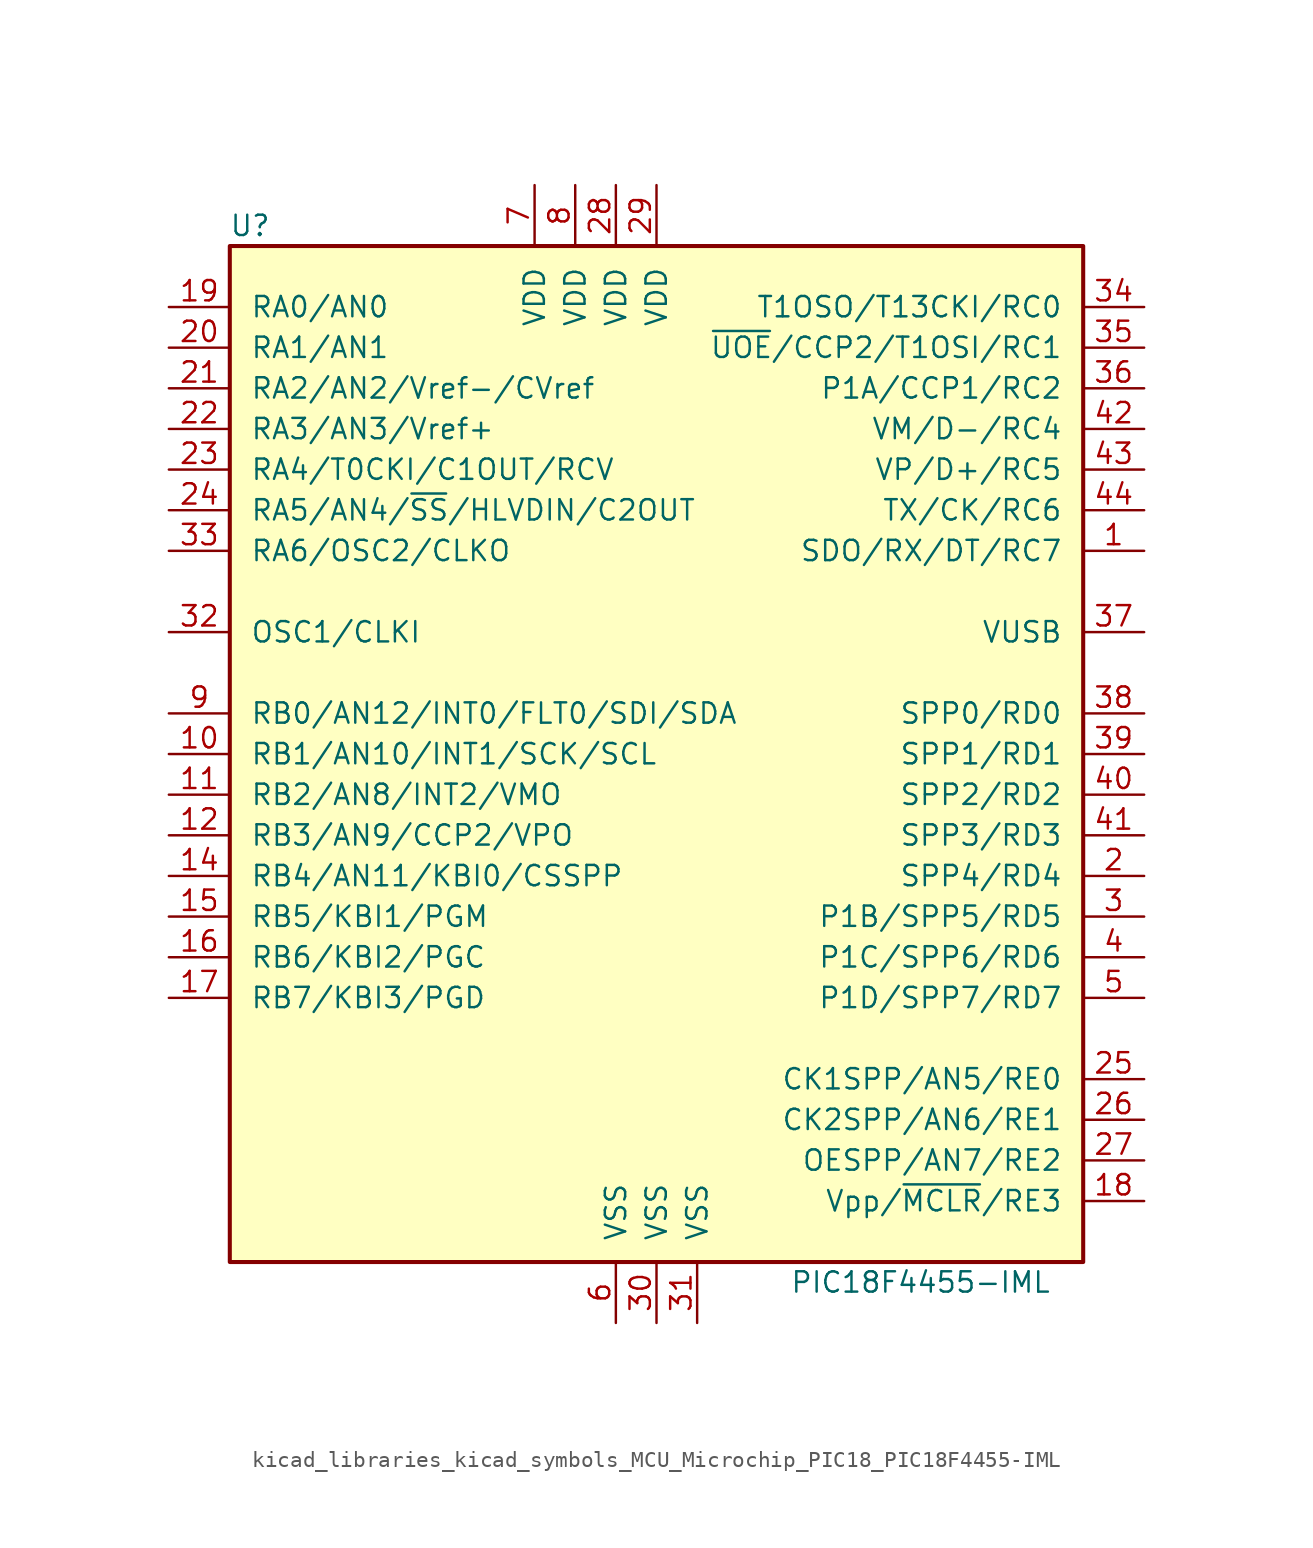
<source format=kicad_sym>
(kicad_symbol_lib
  (version 20220914)
  (generator kicad_symbol_editor)
  (symbol "kicad_libraries_kicad_symbols_MCU_Microchip_PIC18_PIC18F4455-IML"
    (pin_names
      (offset 1.27))
    (property "Reference" "U"
      (at -25.4 33.02 0)
      (effects (font (size 1.27 1.27))))
    (property "Value" "PIC18F4455-IML"
      (at 16.51 -33.02 0)
      (effects (font (size 1.27 1.27))))
    (symbol "kicad_libraries_kicad_symbols_MCU_Microchip_PIC18_PIC18F4455-IML_0_1"
      (rectangle (start -26.67 31.75) (end 26.67 -31.75) (stroke (width 0.254) (type default)) (fill (type background))))
    (symbol "kicad_libraries_kicad_symbols_MCU_Microchip_PIC18_PIC18F4455-IML_1_1"
      (pin bidirectional line (at 30.48 12.7 180) (length 3.81) (name "SDO/RX/DT/RC7" (effects (font (size 1.27 1.27)))) (number "1" (effects (font (size 1.27 1.27)))))
      (pin bidirectional line (at -30.48 0 0) (length 3.81) (name "RB1/AN10/INT1/SCK/SCL" (effects (font (size 1.27 1.27)))) (number "10" (effects (font (size 1.27 1.27)))))
      (pin bidirectional line (at -30.48 -2.54 0) (length 3.81) (name "RB2/AN8/INT2/VMO" (effects (font (size 1.27 1.27)))) (number "11" (effects (font (size 1.27 1.27)))))
      (pin bidirectional line (at -30.48 -5.08 0) (length 3.81) (name "RB3/AN9/CCP2/VPO" (effects (font (size 1.27 1.27)))) (number "12" (effects (font (size 1.27 1.27)))))
      (pin no_connect line (at -7.62 -31.75 90) (length 3.81) hide (name "NC" (effects (font (size 1.27 1.27)))) (number "13" (effects (font (size 1.27 1.27)))))
      (pin bidirectional line (at -30.48 -7.62 0) (length 3.81) (name "RB4/AN11/KBI0/CSSPP" (effects (font (size 1.27 1.27)))) (number "14" (effects (font (size 1.27 1.27)))))
      (pin bidirectional line (at -30.48 -10.16 0) (length 3.81) (name "RB5/KBI1/PGM" (effects (font (size 1.27 1.27)))) (number "15" (effects (font (size 1.27 1.27)))))
      (pin bidirectional line (at -30.48 -12.7 0) (length 3.81) (name "RB6/KBI2/PGC" (effects (font (size 1.27 1.27)))) (number "16" (effects (font (size 1.27 1.27)))))
      (pin bidirectional line (at -30.48 -15.24 0) (length 3.81) (name "RB7/KBI3/PGD" (effects (font (size 1.27 1.27)))) (number "17" (effects (font (size 1.27 1.27)))))
      (pin input line (at 30.48 -27.94 180) (length 3.81) (name "Vpp/~{MCLR}/RE3" (effects (font (size 1.27 1.27)))) (number "18" (effects (font (size 1.27 1.27)))))
      (pin bidirectional line (at -30.48 27.94 0) (length 3.81) (name "RA0/AN0" (effects (font (size 1.27 1.27)))) (number "19" (effects (font (size 1.27 1.27)))))
      (pin bidirectional line (at 30.48 -7.62 180) (length 3.81) (name "SPP4/RD4" (effects (font (size 1.27 1.27)))) (number "2" (effects (font (size 1.27 1.27)))))
      (pin bidirectional line (at -30.48 25.4 0) (length 3.81) (name "RA1/AN1" (effects (font (size 1.27 1.27)))) (number "20" (effects (font (size 1.27 1.27)))))
      (pin bidirectional line (at -30.48 22.86 0) (length 3.81) (name "RA2/AN2/Vref-/CVref" (effects (font (size 1.27 1.27)))) (number "21" (effects (font (size 1.27 1.27)))))
      (pin bidirectional line (at -30.48 20.32 0) (length 3.81) (name "RA3/AN3/Vref+" (effects (font (size 1.27 1.27)))) (number "22" (effects (font (size 1.27 1.27)))))
      (pin bidirectional line (at -30.48 17.78 0) (length 3.81) (name "RA4/T0CKI/C1OUT/RCV" (effects (font (size 1.27 1.27)))) (number "23" (effects (font (size 1.27 1.27)))))
      (pin bidirectional line (at -30.48 15.24 0) (length 3.81) (name "RA5/AN4/~{SS}/HLVDIN/C2OUT" (effects (font (size 1.27 1.27)))) (number "24" (effects (font (size 1.27 1.27)))))
      (pin bidirectional line (at 30.48 -20.32 180) (length 3.81) (name "CK1SPP/AN5/RE0" (effects (font (size 1.27 1.27)))) (number "25" (effects (font (size 1.27 1.27)))))
      (pin bidirectional line (at 30.48 -22.86 180) (length 3.81) (name "CK2SPP/AN6/RE1" (effects (font (size 1.27 1.27)))) (number "26" (effects (font (size 1.27 1.27)))))
      (pin bidirectional line (at 30.48 -25.4 180) (length 3.81) (name "OESPP/AN7/RE2" (effects (font (size 1.27 1.27)))) (number "27" (effects (font (size 1.27 1.27)))))
      (pin power_in line (at -2.54 35.56 270) (length 3.81) (name "VDD" (effects (font (size 1.27 1.27)))) (number "28" (effects (font (size 1.27 1.27)))))
      (pin power_in line (at 0 35.56 270) (length 3.81) (name "VDD" (effects (font (size 1.27 1.27)))) (number "29" (effects (font (size 1.27 1.27)))))
      (pin bidirectional line (at 30.48 -10.16 180) (length 3.81) (name "P1B/SPP5/RD5" (effects (font (size 1.27 1.27)))) (number "3" (effects (font (size 1.27 1.27)))))
      (pin power_in line (at 0 -35.56 90) (length 3.81) (name "VSS" (effects (font (size 1.27 1.27)))) (number "30" (effects (font (size 1.27 1.27)))))
      (pin power_in line (at 2.54 -35.56 90) (length 3.81) (name "VSS" (effects (font (size 1.27 1.27)))) (number "31" (effects (font (size 1.27 1.27)))))
      (pin input line (at -30.48 7.62 0) (length 3.81) (name "OSC1/CLKI" (effects (font (size 1.27 1.27)))) (number "32" (effects (font (size 1.27 1.27)))))
      (pin output line (at -30.48 12.7 0) (length 3.81) (name "RA6/OSC2/CLKO" (effects (font (size 1.27 1.27)))) (number "33" (effects (font (size 1.27 1.27)))))
      (pin bidirectional line (at 30.48 27.94 180) (length 3.81) (name "T1OSO/T13CKI/RC0" (effects (font (size 1.27 1.27)))) (number "34" (effects (font (size 1.27 1.27)))))
      (pin bidirectional line (at 30.48 25.4 180) (length 3.81) (name "~{UOE}/CCP2/T1OSI/RC1" (effects (font (size 1.27 1.27)))) (number "35" (effects (font (size 1.27 1.27)))))
      (pin bidirectional line (at 30.48 22.86 180) (length 3.81) (name "P1A/CCP1/RC2" (effects (font (size 1.27 1.27)))) (number "36" (effects (font (size 1.27 1.27)))))
      (pin bidirectional line (at 30.48 7.62 180) (length 3.81) (name "VUSB" (effects (font (size 1.27 1.27)))) (number "37" (effects (font (size 1.27 1.27)))))
      (pin bidirectional line (at 30.48 2.54 180) (length 3.81) (name "SPP0/RD0" (effects (font (size 1.27 1.27)))) (number "38" (effects (font (size 1.27 1.27)))))
      (pin bidirectional line (at 30.48 0 180) (length 3.81) (name "SPP1/RD1" (effects (font (size 1.27 1.27)))) (number "39" (effects (font (size 1.27 1.27)))))
      (pin bidirectional line (at 30.48 -12.7 180) (length 3.81) (name "P1C/SPP6/RD6" (effects (font (size 1.27 1.27)))) (number "4" (effects (font (size 1.27 1.27)))))
      (pin bidirectional line (at 30.48 -2.54 180) (length 3.81) (name "SPP2/RD2" (effects (font (size 1.27 1.27)))) (number "40" (effects (font (size 1.27 1.27)))))
      (pin bidirectional line (at 30.48 -5.08 180) (length 3.81) (name "SPP3/RD3" (effects (font (size 1.27 1.27)))) (number "41" (effects (font (size 1.27 1.27)))))
      (pin bidirectional line (at 30.48 20.32 180) (length 3.81) (name "VM/D-/RC4" (effects (font (size 1.27 1.27)))) (number "42" (effects (font (size 1.27 1.27)))))
      (pin bidirectional line (at 30.48 17.78 180) (length 3.81) (name "VP/D+/RC5" (effects (font (size 1.27 1.27)))) (number "43" (effects (font (size 1.27 1.27)))))
      (pin bidirectional line (at 30.48 15.24 180) (length 3.81) (name "TX/CK/RC6" (effects (font (size 1.27 1.27)))) (number "44" (effects (font (size 1.27 1.27)))))
      (pin bidirectional line (at 30.48 -15.24 180) (length 3.81) (name "P1D/SPP7/RD7" (effects (font (size 1.27 1.27)))) (number "5" (effects (font (size 1.27 1.27)))))
      (pin power_in line (at -2.54 -35.56 90) (length 3.81) (name "VSS" (effects (font (size 1.27 1.27)))) (number "6" (effects (font (size 1.27 1.27)))))
      (pin power_in line (at -7.62 35.56 270) (length 3.81) (name "VDD" (effects (font (size 1.27 1.27)))) (number "7" (effects (font (size 1.27 1.27)))))
      (pin power_in line (at -5.08 35.56 270) (length 3.81) (name "VDD" (effects (font (size 1.27 1.27)))) (number "8" (effects (font (size 1.27 1.27)))))
      (pin bidirectional line (at -30.48 2.54 0) (length 3.81) (name "RB0/AN12/INT0/FLT0/SDI/SDA" (effects (font (size 1.27 1.27)))) (number "9" (effects (font (size 1.27 1.27))))))))
</source>
